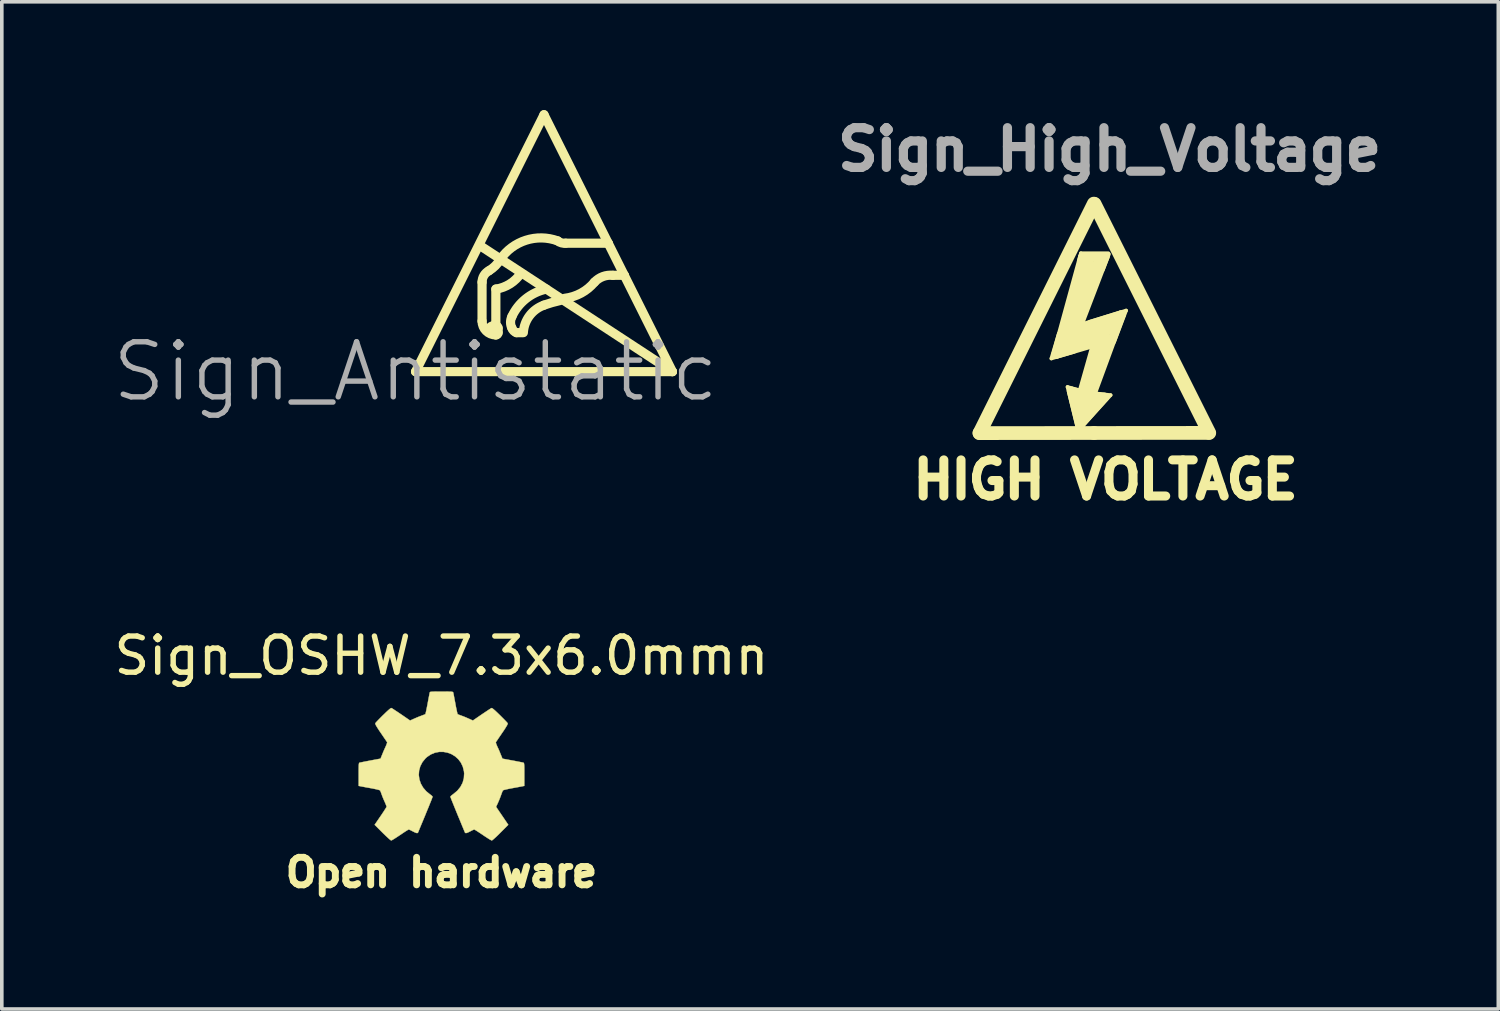
<source format=kicad_pcb>
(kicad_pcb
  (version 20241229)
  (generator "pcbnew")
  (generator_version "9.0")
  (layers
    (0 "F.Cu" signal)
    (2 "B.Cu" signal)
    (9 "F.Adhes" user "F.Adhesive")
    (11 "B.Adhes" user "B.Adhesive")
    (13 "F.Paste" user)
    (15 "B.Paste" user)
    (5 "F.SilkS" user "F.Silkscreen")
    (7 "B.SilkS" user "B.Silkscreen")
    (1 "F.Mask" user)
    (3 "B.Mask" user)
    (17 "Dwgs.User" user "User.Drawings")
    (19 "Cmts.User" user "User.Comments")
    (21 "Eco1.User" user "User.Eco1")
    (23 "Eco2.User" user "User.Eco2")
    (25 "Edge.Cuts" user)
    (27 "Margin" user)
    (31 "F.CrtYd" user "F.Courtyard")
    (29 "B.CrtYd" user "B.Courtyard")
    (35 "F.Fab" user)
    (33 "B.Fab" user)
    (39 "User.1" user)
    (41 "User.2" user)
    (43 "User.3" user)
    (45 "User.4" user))
  (footprint "Sign_OSHW_7.3x6.0mmn"
    (layer "F.Cu")
    (at 9.173 18.855)
    (property "Reference" "Sign_OSHW_7.3x6.0mmn" (at 0 -3.75 0) (layer "F.SilkS") (effects (font (size 1 1) (thickness 0.15))))
    (attr board_only exclude_from_pos_files exclude_from_bom allow_missing_courtyard)
    (fp_poly (pts (xy 0.104 -2.758) (xy 0.182 -2.757) (xy 0.239 -2.756) (xy 0.278 -2.754) (xy 0.303 -2.75) (xy 0.316 -2.744) (xy 0.323 -2.737) (xy 0.326 -2.726) (xy 0.327 -2.725) (xy 0.332 -2.701) (xy 0.341 -2.653) (xy 0.353 -2.587) (xy 0.368 -2.508) (xy 0.385 -2.42) (xy 0.385 -2.417) (xy 0.401 -2.331) (xy 0.417 -2.255) (xy 0.43 -2.194) (xy 0.44 -2.152) (xy 0.446 -2.133) (xy 0.447 -2.133) (xy 0.465 -2.124) (xy 0.502 -2.109) (xy 0.551 -2.091) (xy 0.552 -2.091) (xy 0.613 -2.068) (xy 0.686 -2.038) (xy 0.754 -2.008) (xy 0.757 -2.007) (xy 0.869 -1.956) (xy 1.115 -2.125) (xy 1.191 -2.176) (xy 1.26 -2.222) (xy 1.317 -2.26) (xy 1.359 -2.287) (xy 1.383 -2.301) (xy 1.385 -2.302) (xy 1.402 -2.298) (xy 1.434 -2.275) (xy 1.481 -2.235) (xy 1.546 -2.174) (xy 1.612 -2.11) (xy 1.676 -2.046) (xy 1.733 -1.989) (xy 1.78 -1.94) (xy 1.814 -1.904) (xy 1.83 -1.884) (xy 1.831 -1.883) (xy 1.833 -1.869) (xy 1.826 -1.847) (xy 1.809 -1.814) (xy 1.779 -1.765) (xy 1.737 -1.699) (xy 1.679 -1.614) (xy 1.629 -1.54) (xy 1.583 -1.473) (xy 1.546 -1.417) (xy 1.519 -1.378) (xy 1.506 -1.357) (xy 1.505 -1.356) (xy 1.507 -1.336) (xy 1.519 -1.298) (xy 1.54 -1.248) (xy 1.547 -1.232) (xy 1.58 -1.162) (xy 1.614 -1.082) (xy 1.642 -1.012) (xy 1.663 -0.961) (xy 1.679 -0.922) (xy 1.688 -0.901) (xy 1.689 -0.9) (xy 1.706 -0.897) (xy 1.746 -0.89) (xy 1.804 -0.879) (xy 1.875 -0.866) (xy 1.952 -0.852) (xy 2.032 -0.837) (xy 2.107 -0.822) (xy 2.174 -0.809) (xy 2.227 -0.799) (xy 2.26 -0.792) (xy 2.268 -0.79) (xy 2.276 -0.785) (xy 2.283 -0.774) (xy 2.287 -0.754) (xy 2.29 -0.72) (xy 2.292 -0.67) (xy 2.293 -0.599) (xy 2.293 -0.504) (xy 2.293 -0.465) (xy 2.293 -0.147) (xy 2.217 -0.132) (xy 2.175 -0.124) (xy 2.111 -0.112) (xy 2.035 -0.098) (xy 1.953 -0.083) (xy 1.93 -0.079) (xy 1.855 -0.064) (xy 1.789 -0.049) (xy 1.738 -0.037) (xy 1.709 -0.027) (xy 1.704 -0.024) (xy 1.691 -0.003) (xy 1.674 0.038) (xy 1.655 0.09) (xy 1.651 0.102) (xy 1.625 0.172) (xy 1.594 0.25) (xy 1.563 0.321) (xy 1.563 0.322) (xy 1.511 0.433) (xy 1.68 0.681) (xy 1.849 0.93) (xy 1.632 1.147) (xy 1.567 1.212) (xy 1.507 1.269) (xy 1.456 1.315) (xy 1.418 1.348) (xy 1.396 1.363) (xy 1.392 1.364) (xy 1.374 1.356) (xy 1.335 1.335) (xy 1.281 1.301) (xy 1.216 1.259) (xy 1.146 1.212) (xy 1.075 1.164) (xy 1.011 1.122) (xy 0.959 1.089) (xy 0.923 1.067) (xy 0.907 1.06) (xy 0.887 1.066) (xy 0.85 1.083) (xy 0.803 1.107) (xy 0.798 1.11) (xy 0.734 1.142) (xy 0.69 1.158) (xy 0.663 1.158) (xy 0.649 1.143) (xy 0.649 1.143) (xy 0.642 1.126) (xy 0.625 1.085) (xy 0.6 1.024) (xy 0.567 0.945) (xy 0.529 0.852) (xy 0.486 0.748) (xy 0.444 0.648) (xy 0.399 0.537) (xy 0.357 0.434) (xy 0.32 0.342) (xy 0.289 0.265) (xy 0.266 0.206) (xy 0.251 0.167) (xy 0.247 0.153) (xy 0.258 0.136) (xy 0.287 0.11) (xy 0.326 0.081) (xy 0.437 -0.011) (xy 0.523 -0.116) (xy 0.585 -0.233) (xy 0.62 -0.358) (xy 0.628 -0.49) (xy 0.622 -0.552) (xy 0.591 -0.678) (xy 0.538 -0.79) (xy 0.466 -0.886) (xy 0.378 -0.965) (xy 0.278 -1.026) (xy 0.168 -1.067) (xy 0.053 -1.089) (xy -0.065 -1.088) (xy -0.181 -1.066) (xy -0.294 -1.019) (xy -0.4 -0.948) (xy -0.444 -0.908) (xy -0.528 -0.805) (xy -0.587 -0.692) (xy -0.62 -0.573) (xy -0.629 -0.451) (xy -0.613 -0.329) (xy -0.573 -0.211) (xy -0.51 -0.1) (xy -0.423 0.002) (xy -0.326 0.081) (xy -0.286 0.111) (xy -0.257 0.137) (xy -0.247 0.153) (xy -0.252 0.17) (xy -0.267 0.21) (xy -0.291 0.272) (xy -0.323 0.35) (xy -0.36 0.443) (xy -0.403 0.546) (xy -0.444 0.648) (xy -0.49 0.759) (xy -0.533 0.862) (xy -0.571 0.953) (xy -0.603 1.03) (xy -0.627 1.09) (xy -0.643 1.129) (xy -0.649 1.143) (xy -0.663 1.158) (xy -0.69 1.158) (xy -0.734 1.142) (xy -0.797 1.11) (xy -0.798 1.11) (xy -0.845 1.085) (xy -0.884 1.067) (xy -0.906 1.06) (xy -0.907 1.06) (xy -0.923 1.067) (xy -0.96 1.089) (xy -1.012 1.122) (xy -1.075 1.164) (xy -1.146 1.212) (xy -1.218 1.26) (xy -1.283 1.302) (xy -1.336 1.335) (xy -1.374 1.357) (xy -1.392 1.364) (xy -1.409 1.354) (xy -1.443 1.327) (xy -1.49 1.284) (xy -1.547 1.231) (xy -1.612 1.168) (xy -1.633 1.147) (xy -1.85 0.93) (xy -1.684 0.687) (xy -1.634 0.613) (xy -1.59 0.546) (xy -1.555 0.491) (xy -1.53 0.451) (xy -1.519 0.43) (xy -1.519 0.429) (xy -1.525 0.409) (xy -1.54 0.37) (xy -1.562 0.317) (xy -1.578 0.282) (xy -1.607 0.215) (xy -1.635 0.147) (xy -1.656 0.09) (xy -1.662 0.073) (xy -1.679 0.026) (xy -1.695 -0.01) (xy -1.704 -0.024) (xy -1.723 -0.032) (xy -1.766 -0.044) (xy -1.826 -0.058) (xy -1.898 -0.073) (xy -1.93 -0.079) (xy -2.012 -0.094) (xy -2.091 -0.108) (xy -2.159 -0.121) (xy -2.208 -0.13) (xy -2.217 -0.132) (xy -2.293 -0.147) (xy -2.293 -0.465) (xy -2.293 -0.569) (xy -2.292 -0.648) (xy -2.291 -0.705) (xy -2.288 -0.744) (xy -2.284 -0.769) (xy -2.279 -0.782) (xy -2.271 -0.789) (xy -2.268 -0.79) (xy -2.249 -0.794) (xy -2.207 -0.802) (xy -2.148 -0.814) (xy -2.077 -0.828) (xy -1.999 -0.843) (xy -1.92 -0.858) (xy -1.845 -0.872) (xy -1.779 -0.884) (xy -1.727 -0.894) (xy -1.696 -0.899) (xy -1.689 -0.9) (xy -1.683 -0.912) (xy -1.669 -0.946) (xy -1.65 -0.994) (xy -1.642 -1.012) (xy -1.613 -1.085) (xy -1.578 -1.165) (xy -1.547 -1.232) (xy -1.525 -1.284) (xy -1.51 -1.326) (xy -1.504 -1.352) (xy -1.505 -1.356) (xy -1.516 -1.372) (xy -1.54 -1.409) (xy -1.576 -1.461) (xy -1.62 -1.526) (xy -1.67 -1.6) (xy -1.68 -1.614) (xy -1.738 -1.7) (xy -1.78 -1.766) (xy -1.809 -1.814) (xy -1.826 -1.847) (xy -1.833 -1.869) (xy -1.831 -1.883) (xy -1.831 -1.883) (xy -1.816 -1.901) (xy -1.785 -1.935) (xy -1.739 -1.983) (xy -1.683 -2.04) (xy -1.62 -2.103) (xy -1.612 -2.11) (xy -1.533 -2.187) (xy -1.471 -2.244) (xy -1.427 -2.281) (xy -1.398 -2.3) (xy -1.385 -2.302) (xy -1.367 -2.292) (xy -1.328 -2.267) (xy -1.274 -2.231) (xy -1.207 -2.187) (xy -1.133 -2.137) (xy -1.115 -2.125) (xy -0.869 -1.956) (xy -0.757 -2.007) (xy -0.69 -2.036) (xy -0.617 -2.066) (xy -0.554 -2.09) (xy -0.552 -2.091) (xy -0.503 -2.109) (xy -0.465 -2.124) (xy -0.447 -2.133) (xy -0.447 -2.133) (xy -0.441 -2.149) (xy -0.431 -2.19) (xy -0.418 -2.25) (xy -0.403 -2.325) (xy -0.386 -2.41) (xy -0.385 -2.417) (xy -0.369 -2.505) (xy -0.354 -2.585) (xy -0.341 -2.651) (xy -0.332 -2.7) (xy -0.327 -2.725) (xy -0.327 -2.725) (xy -0.323 -2.736) (xy -0.317 -2.744) (xy -0.305 -2.75) (xy -0.281 -2.753) (xy -0.244 -2.756) (xy -0.19 -2.757) (xy -0.114 -2.758) (xy -0.013 -2.758) (xy 0 -2.758) (xy 0.104 -2.758)) (stroke (width 0.01) (type solid)) (fill yes) (layer "F.SilkS"))
    (fp_text user "Open hardware" (at 0 2.25 0) (layer "F.SilkS") (effects (font (size 0.762 0.762) (thickness 0.191)))))
  (footprint "Sign_Antistatic"
    (layer "F.Cu")
    (at 8.455 7.239)
    (property "Reference" "Sign_Antistatic" (at 0 0 0) (layer "F.Fab") (effects (font (size 1.524 1.524) (thickness 0.15))))
    (attr board_only exclude_from_pos_files exclude_from_bom allow_missing_courtyard)
    (fp_line (start 0 0) (end 7.112 0) (stroke (width 0.254) (type solid)) (layer "F.SilkS"))
    (fp_line (start 1.778 -3.493) (end 7.112 0) (stroke (width 0.254) (type solid)) (layer "F.SilkS"))
    (fp_line (start 1.841 -2.477) (end 1.841 -1.397) (stroke (width 0.254) (type solid)) (layer "F.SilkS"))
    (fp_line (start 2.223 -1.27) (end 2.159 -1.27) (stroke (width 0.254) (type solid)) (layer "F.SilkS"))
    (fp_line (start 2.223 -1.27) (end 2.223 -2.286) (stroke (width 0.254) (type solid)) (layer "F.SilkS"))
    (fp_line (start 2.286 -1.079) (end 2.286 -1.206) (stroke (width 0.254) (type solid)) (layer "F.SilkS"))
    (fp_line (start 2.794 -1.079) (end 2.946 -1.079) (stroke (width 0.254) (type solid)) (layer "F.SilkS"))
    (fp_line (start 3.556 -7.112) (end 0 0) (stroke (width 0.254) (type solid)) (layer "F.SilkS"))
    (fp_line (start 4.153 -3.556) (end 5.334 -3.556) (stroke (width 0.254) (type solid)) (layer "F.SilkS"))
    (fp_line (start 5.334 -3.556) (end 3.556 -7.112) (stroke (width 0.254) (type solid)) (layer "F.SilkS"))
    (fp_line (start 5.779 -2.667) (end 5.334 -3.556) (stroke (width 0.254) (type solid)) (layer "F.SilkS"))
    (fp_line (start 5.779 -2.667) (end 5.461 -2.667) (stroke (width 0.254) (type solid)) (layer "F.SilkS"))
    (fp_line (start 7.112 0) (end 5.779 -2.667) (stroke (width 0.254) (type solid)) (layer "F.SilkS"))
    (fp_arc (start 1.8415 -2.4765) (mid 1.892493 -2.660688) (end 2.030952 -2.792425) (stroke (width 0.254) (type solid)) (layer "F.SilkS"))
    (fp_arc (start 2.032 -1.143) (mid 2.069197 -1.232803) (end 2.159 -1.27) (stroke (width 0.254) (type solid)) (layer "F.SilkS"))
    (fp_arc (start 2.2225 -1.27) (mid 2.267401 -1.251401) (end 2.286 -1.2065) (stroke (width 0.254) (type solid)) (layer "F.SilkS"))
    (fp_arc (start 2.2225 -1.016) (mid 1.953092 -1.127592) (end 1.8415 -1.397) (stroke (width 0.254) (type solid)) (layer "F.SilkS"))
    (fp_arc (start 2.286 -1.0795) (mid 2.26916 -1.033814) (end 2.224929 -1.013456) (stroke (width 0.254) (type solid)) (layer "F.SilkS"))
    (fp_arc (start 2.3495 -3.1115) (mid 2.210976 -2.933276) (end 2.033451 -2.793858) (stroke (width 0.254) (type solid)) (layer "F.SilkS"))
    (fp_arc (start 2.3495 -3.1115) (mid 3.055833 -3.637435) (end 3.936279 -3.619321) (stroke (width 0.254) (type solid)) (layer "F.SilkS"))
    (fp_arc (start 2.667 -1.524) (mid 3.052894 -2.016636) (end 3.618292 -2.284834) (stroke (width 0.254) (type solid)) (layer "F.SilkS"))
    (fp_arc (start 2.667 -1.2065) (mid 2.630092 -1.365023) (end 2.667932 -1.523326) (stroke (width 0.254) (type solid)) (layer "F.SilkS"))
    (fp_arc (start 2.794 -1.0795) (mid 2.715547 -1.127972) (end 2.667033 -1.2064) (stroke (width 0.254) (type solid)) (layer "F.SilkS"))
    (fp_arc (start 2.921 -2.7305) (mid 2.619867 -2.433418) (end 2.224065 -2.284155) (stroke (width 0.254) (type solid)) (layer "F.SilkS"))
    (fp_arc (start 2.9845 -1.0795) (mid 3.155121 -1.546326) (end 3.556085 -1.840036) (stroke (width 0.254) (type solid)) (layer "F.SilkS"))
    (fp_arc (start 3.556 -1.8415) (mid 3.773965 -1.911125) (end 3.995725 -1.967506) (stroke (width 0.254) (type solid)) (layer "F.SilkS"))
    (fp_arc (start 4.1529 -3.556) (mid 4.038851 -3.565528) (end 3.937084 -3.617886) (stroke (width 0.254) (type solid)) (layer "F.SilkS"))
    (fp_arc (start 4.953 -2.4765) (mid 4.584618 -2.174457) (end 4.130538 -2.030424) (stroke (width 0.254) (type solid)) (layer "F.SilkS"))
    (fp_arc (start 4.953 -2.4765) (mid 5.184933 -2.631521) (end 5.461699 -2.666526) (stroke (width 0.254) (type solid)) (layer "F.SilkS")))
  (footprint "Sign_High_Voltage"
    (layer "F.Cu")
    (at 27.239 8.938)
    (property "Reference" "Sign_High_Voltage" (at 0.432 -7.849 0) (layer "F.Fab") (effects (font (size 1.1 1.1) (thickness 0.254))))
    (attr board_only exclude_from_pos_files exclude_from_bom allow_missing_courtyard)
    (fp_line (start -3.172 0.003) (end 0.003 0) (stroke (width 0.381) (type solid)) (layer "F.SilkS"))
    (fp_line (start -3.17 0) (end -0.005 -6.35) (stroke (width 0.381) (type solid)) (layer "F.SilkS"))
    (fp_line (start -1.181 -2.062) (end -0.975 -2.756) (stroke (width 0.1) (type solid)) (layer "F.SilkS"))
    (fp_line (start -1.052 -2.179) (end -0.315 -4.867) (stroke (width 0.254) (type solid)) (layer "F.SilkS"))
    (fp_line (start -0.734 -1.275) (end -0.457 -0.15) (stroke (width 0.1) (type solid)) (layer "F.SilkS"))
    (fp_line (start -0.658 -2.484) (end 0.513 -2.888) (stroke (width 0.254) (type solid)) (layer "F.SilkS"))
    (fp_line (start -0.617 -1.153) (end -0.333 -1.09) (stroke (width 0.254) (type solid)) (layer "F.SilkS"))
    (fp_line (start -0.544 -2.25) (end -1.181 -2.062) (stroke (width 0.1) (type solid)) (layer "F.SilkS"))
    (fp_line (start -0.472 -2.71) (end 0.46 -3.033) (stroke (width 0.254) (type solid)) (layer "F.SilkS"))
    (fp_line (start -0.445 -1.194) (end -0.734 -1.275) (stroke (width 0.1) (type solid)) (layer "F.SilkS"))
    (fp_line (start -0.424 -4.76) (end -0.363 -4.978) (stroke (width 0.1) (type solid)) (layer "F.SilkS"))
    (fp_line (start -0.411 -0.935) (end -0.48 -0.625) (stroke (width 0.254) (type solid)) (layer "F.SilkS"))
    (fp_line (start -0.389 -0.188) (end -0.627 -1.161) (stroke (width 0.254) (type solid)) (layer "F.SilkS"))
    (fp_line (start -0.376 -0.973) (end 0.058 -2.504) (stroke (width 0.254) (type solid)) (layer "F.SilkS"))
    (fp_line (start -0.363 -4.978) (end 0.396 -4.978) (stroke (width 0.1) (type solid)) (layer "F.SilkS"))
    (fp_line (start -0.361 -2.926) (end 0.749 -3.269) (stroke (width 0.254) (type solid)) (layer "F.SilkS"))
    (fp_line (start -0.239 -0.897) (end -0.353 -0.45) (stroke (width 0.254) (type solid)) (layer "F.SilkS"))
    (fp_line (start -0.132 -3.076) (end 0.889 -3.391) (stroke (width 0.1) (type solid)) (layer "F.SilkS"))
    (fp_line (start -0.124 -4.709) (end -0.805 -2.408) (stroke (width 0.254) (type solid)) (layer "F.SilkS"))
    (fp_line (start -0.099 -1.039) (end 0.287 -0.986) (stroke (width 0.254) (type solid)) (layer "F.SilkS"))
    (fp_line (start -0.064 -0.798) (end -0.208 -0.455) (stroke (width 0.254) (type solid)) (layer "F.SilkS"))
    (fp_line (start -0.008 -1.102) (end 0.46 -1.049) (stroke (width 0.1) (type solid)) (layer "F.SilkS"))
    (fp_line (start 0 -0.907) (end 0.053 -0.894) (stroke (width 0.1) (type solid)) (layer "F.SilkS"))
    (fp_line (start 0 0) (end 3.175 -0.003) (stroke (width 0.381) (type solid)) (layer "F.SilkS"))
    (fp_line (start 0.018 -6.34) (end 3.19 -0.003) (stroke (width 0.381) (type solid)) (layer "F.SilkS"))
    (fp_line (start 0.058 -2.504) (end -1.052 -2.179) (stroke (width 0.254) (type solid)) (layer "F.SilkS"))
    (fp_line (start 0.124 -4.775) (end -0.683 -2.367) (stroke (width 0.254) (type solid)) (layer "F.SilkS"))
    (fp_line (start 0.15 -2.631) (end 0.099 -2.418) (stroke (width 0.254) (type solid)) (layer "F.SilkS"))
    (fp_line (start 0.244 -4.511) (end 0.414 -4.953) (stroke (width 0.1) (type solid)) (layer "F.SilkS"))
    (fp_line (start 0.287 -0.991) (end -0.394 -0.224) (stroke (width 0.254) (type solid)) (layer "F.SilkS"))
    (fp_line (start 0.297 -4.869) (end -0.315 -4.869) (stroke (width 0.254) (type solid)) (layer "F.SilkS"))
    (fp_line (start 0.305 -4.884) (end -0.437 -2.944) (stroke (width 0.254) (type solid)) (layer "F.SilkS"))
    (fp_line (start 0.307 -2.692) (end -0.196 -1.011) (stroke (width 0.254) (type solid)) (layer "F.SilkS"))
    (fp_line (start 0.46 -1.049) (end -0.358 -0.147) (stroke (width 0.1) (type solid)) (layer "F.SilkS"))
    (fp_line (start 0.554 -2.512) (end 0.889 -3.391) (stroke (width 0.1) (type solid)) (layer "F.SilkS"))
    (fp_line (start 0.749 -3.269) (end -0.127 -0.884) (stroke (width 0.254) (type solid)) (layer "F.SilkS"))
    (fp_text user "HIGH VOLTAGE" (at 0.318 1.295 0) (layer "F.SilkS") (effects (font (size 1 1) (thickness 0.25)))))
  (gr_rect
    (start -3 -3)
    (end 38.432 24.885)
    (stroke (width 0.1) (type default))
    (fill no)
    (layer "Edge.Cuts")))
</source>
